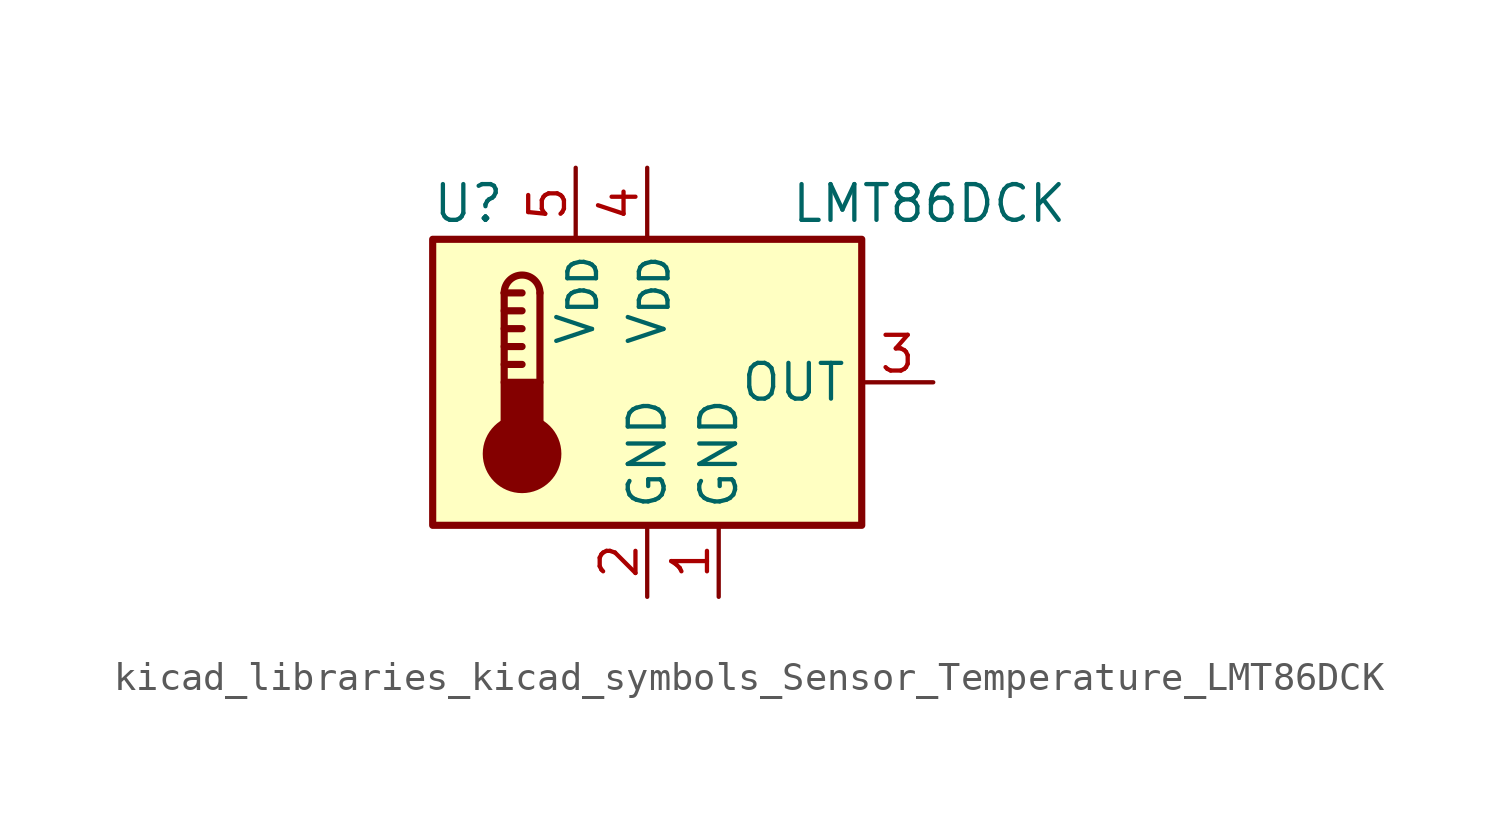
<source format=kicad_sym>
(kicad_symbol_lib
  (version 20220914)
  (generator kicad_symbol_editor)
  (symbol "kicad_libraries_kicad_symbols_Sensor_Temperature_LMT86DCK"
    (property "Reference" "U"
      (at -6.35 6.35 0)
      (effects (font (size 1.27 1.27))))
    (property "Value" "LMT86DCK"
      (at 5.08 6.35 0)
      (effects (font (size 1.27 1.27)) (justify left)))
    (symbol "kicad_libraries_kicad_symbols_Sensor_Temperature_LMT86DCK_0_1"
      (rectangle (start -7.62 5.08) (end 7.62 -5.08) (stroke (width 0.254) (type default)) (fill (type background)))
      (circle (center -4.445 -2.54) (radius 1.27) (stroke (width 0.254) (type default)) (fill (type outline)))
      (rectangle (start -3.81 -1.905) (end -5.08 0) (stroke (width 0.254) (type default)) (fill (type outline)))
      (arc (start -3.81 3.175) (mid -4.445 3.8073) (end -5.08 3.175) (stroke (width 0.254) (type default)) (fill (type none)))
      (polyline (pts (xy -5.08 0.635) (xy -4.445 0.635)) (stroke (width 0.254) (type default)) (fill (type none)))
      (polyline (pts (xy -5.08 1.27) (xy -4.445 1.27)) (stroke (width 0.254) (type default)) (fill (type none)))
      (polyline (pts (xy -5.08 1.905) (xy -4.445 1.905)) (stroke (width 0.254) (type default)) (fill (type none)))
      (polyline (pts (xy -5.08 2.54) (xy -4.445 2.54)) (stroke (width 0.254) (type default)) (fill (type none)))
      (polyline (pts (xy -5.08 3.175) (xy -5.08 0)) (stroke (width 0.254) (type default)) (fill (type none)))
      (polyline (pts (xy -5.08 3.175) (xy -4.445 3.175)) (stroke (width 0.254) (type default)) (fill (type none)))
      (polyline (pts (xy -3.81 3.175) (xy -3.81 0)) (stroke (width 0.254) (type default)) (fill (type none))))
    (symbol "kicad_libraries_kicad_symbols_Sensor_Temperature_LMT86DCK_1_1"
      (pin power_in line (at 2.54 -7.62 90) (length 2.54) (name "GND" (effects (font (size 1.27 1.27)))) (number "1" (effects (font (size 1.27 1.27)))))
      (pin power_in line (at 0 -7.62 90) (length 2.54) (name "GND" (effects (font (size 1.27 1.27)))) (number "2" (effects (font (size 1.27 1.27)))))
      (pin output line (at 10.16 0 180) (length 2.54) (name "OUT" (effects (font (size 1.27 1.27)))) (number "3" (effects (font (size 1.27 1.27)))))
      (pin power_in line (at 0 7.62 270) (length 2.54) (name "V_{DD}" (effects (font (size 1.27 1.27)))) (number "4" (effects (font (size 1.27 1.27)))))
      (pin power_in line (at -2.54 7.62 270) (length 2.54) (name "V_{DD}" (effects (font (size 1.27 1.27)))) (number "5" (effects (font (size 1.27 1.27))))))))
</source>
